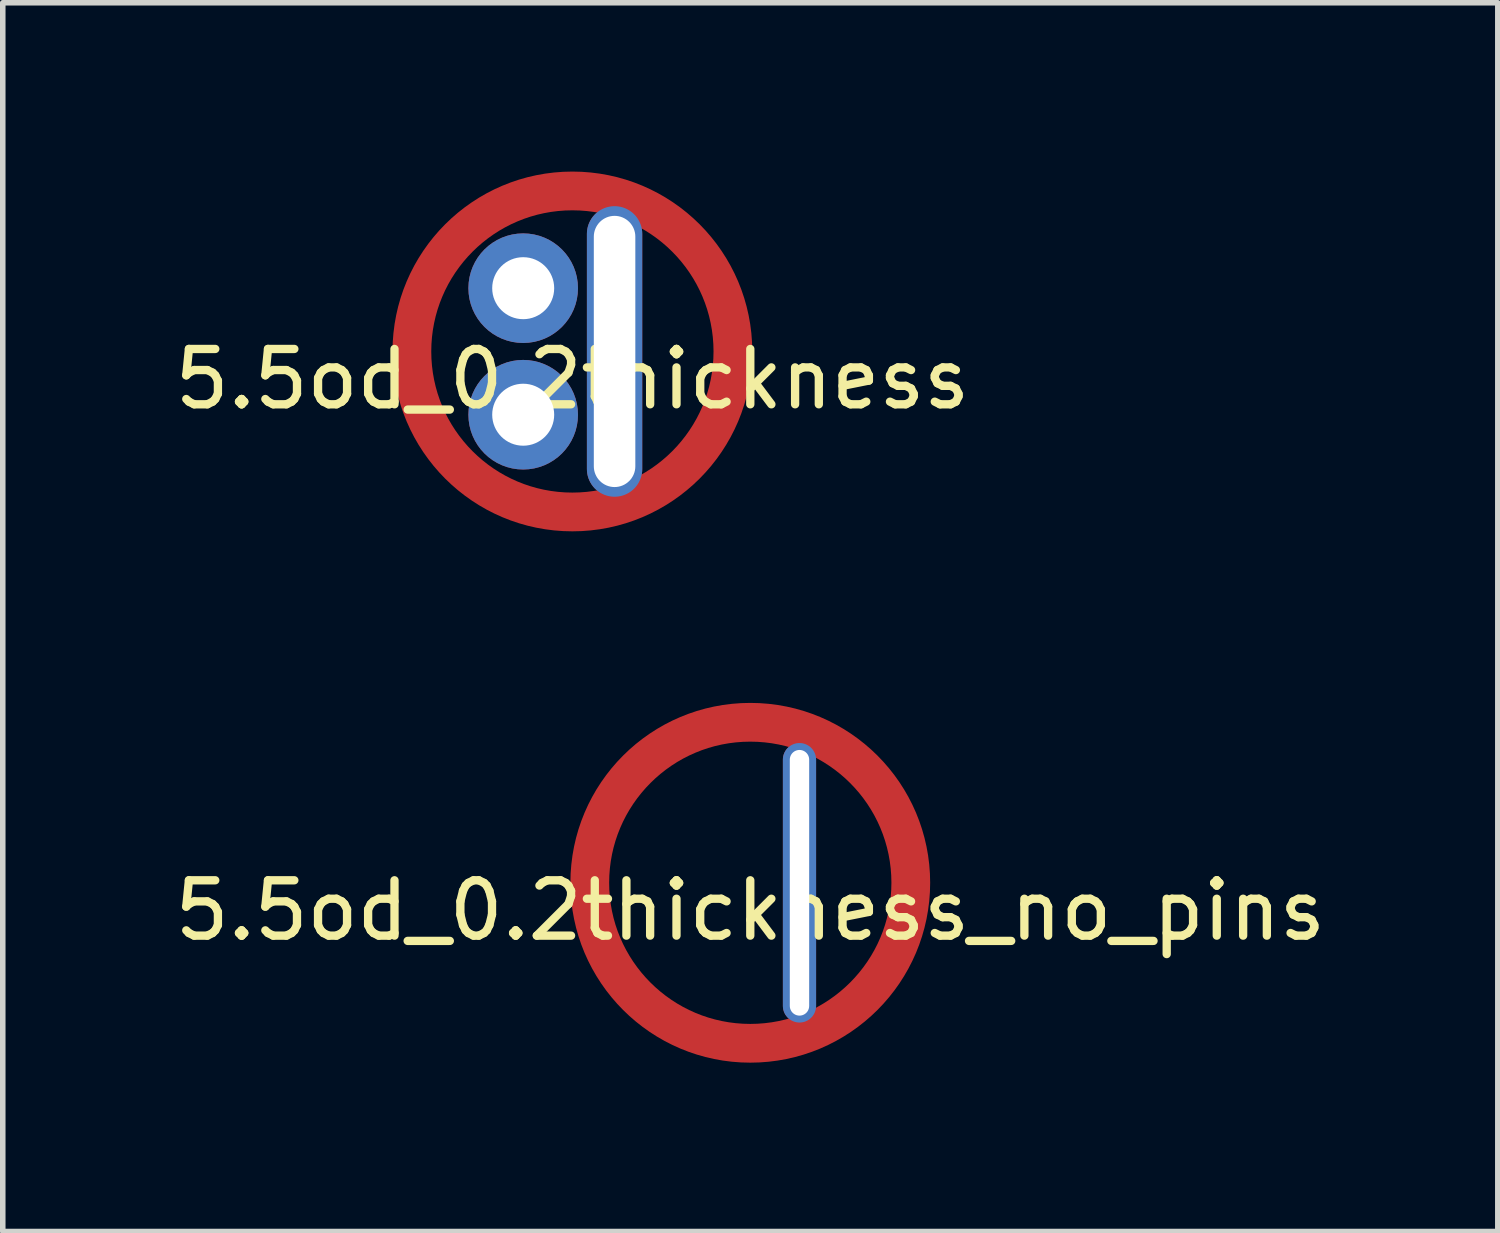
<source format=kicad_pcb>
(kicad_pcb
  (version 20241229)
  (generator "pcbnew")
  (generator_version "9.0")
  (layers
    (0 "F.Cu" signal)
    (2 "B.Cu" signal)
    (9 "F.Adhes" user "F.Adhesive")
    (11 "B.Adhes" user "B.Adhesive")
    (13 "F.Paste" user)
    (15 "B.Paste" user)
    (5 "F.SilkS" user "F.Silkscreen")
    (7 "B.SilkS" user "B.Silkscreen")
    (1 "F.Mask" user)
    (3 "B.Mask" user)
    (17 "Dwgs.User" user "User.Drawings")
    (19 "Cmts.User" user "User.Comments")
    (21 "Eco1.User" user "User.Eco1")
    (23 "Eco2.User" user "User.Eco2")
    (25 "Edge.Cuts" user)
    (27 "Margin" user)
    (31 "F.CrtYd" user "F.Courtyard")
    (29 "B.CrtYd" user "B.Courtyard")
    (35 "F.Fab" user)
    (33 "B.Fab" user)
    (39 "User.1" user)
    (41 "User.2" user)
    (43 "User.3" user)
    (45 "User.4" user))
  (footprint "5.5od_0.2thickness"
    (layer "F.Cu")
    (at 7.292 3.3)
    (property "Reference" "5.5od_0.2thickness" (at 0 0.5 0) (layer "F.SilkS") (effects (font (size 1 1) (thickness 0.15))))
    (attr through_hole)
    (fp_circle (center 0 0) (end 2.9 0) (stroke (width 0.7) (type solid)) (fill no) (layer "F.Cu"))
    (fp_circle (center 0 0) (end 2.9 0) (stroke (width 0.8) (type solid)) (fill no) (layer "F.Mask"))
    (pad "" thru_hole oval (at 0.762 0) (size 1 5.25) (drill oval 0.75 4.9) (layers "*.Cu" "*.Mask"))
    (pad "1" thru_hole circle (at -0.889 -1.143) (size 1.98 1.98) (drill 1.12) (layers "*.Cu" "*.Mask"))
    (pad "2" thru_hole circle (at -0.889 1.143) (size 1.98 1.98) (drill 1.12) (layers "*.Cu" "*.Mask")))
  (footprint "5.5od_0.2thickness_no_pins"
    (layer "F.Cu")
    (at 10.506 12.9)
    (property "Reference" "5.5od_0.2thickness_no_pins" (at 0 0.5 0) (layer "F.SilkS") (effects (font (size 1 1) (thickness 0.15))))
    (attr through_hole)
    (fp_circle (center 0 0) (end 2.9 0) (stroke (width 0.7) (type solid)) (fill no) (layer "F.Cu"))
    (fp_circle (center 0 0) (end 2.9 0) (stroke (width 0.8) (type solid)) (fill no) (layer "F.Mask"))
    (fp_poly (pts (xy 0.879 2.27) (xy 0.769 2.27) (xy 0.769 -2.23) (xy 0.889 -2.23)) (stroke (width 0.01) (type solid)) (fill no) (layer "Dwgs.User"))
    (pad "" thru_hole oval (at 0.889 0) (size 0.6 5.05) (drill oval 0.35 4.8) (layers "*.Cu" "*.Mask")))
  (gr_rect
    (start -3 -3)
    (end 24.012 19.2)
    (stroke (width 0.1) (type default))
    (fill no)
    (layer "Edge.Cuts")))
</source>
